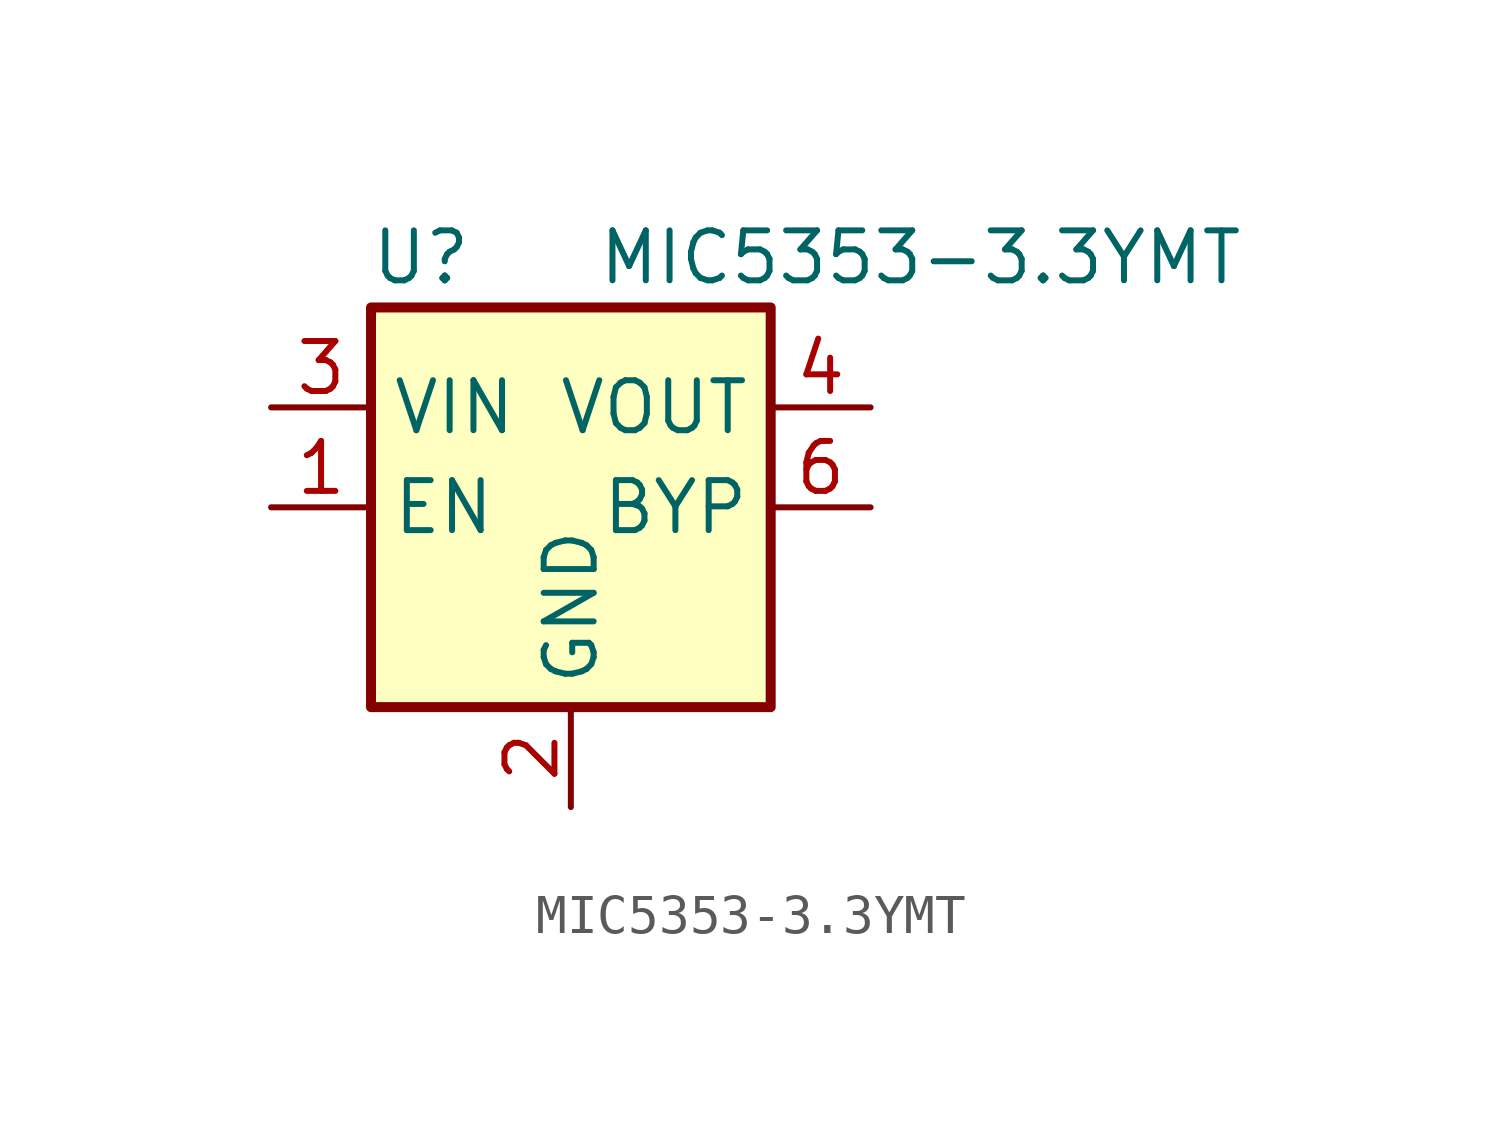
<source format=kicad_sym>
(kicad_symbol_lib
  (version 20220914)
  (generator kicad_symbol_editor)
  (symbol "MIC5353-3.3YMT"
    (property "Reference" "U"
      (at -3.81 6.35 0)
      (effects (font (size 1.27 1.27))))
    (property "Value" "MIC5353-3.3YMT"
      (at 8.89 6.35 0)
      (effects (font (size 1.27 1.27))))
    (symbol "MIC5353-3.3YMT_0_1"
      (rectangle (start -5.08 -5.08) (end 5.08 5.08) (stroke (width 0.254) (type default)) (fill (type background)))
      (pin input line (at -7.62 0 0) (length 2.54) (name "EN" (effects (font (size 1.27 1.27)))) (number "1" (effects (font (size 1.27 1.27)))))
      (pin power_in line (at 0 -7.62 90) (length 2.54) (name "GND" (effects (font (size 1.27 1.27)))) (number "2" (effects (font (size 1.27 1.27)))))
      (pin power_in line (at -7.62 2.54 0) (length 2.54) (name "VIN" (effects (font (size 1.27 1.27)))) (number "3" (effects (font (size 1.27 1.27)))))
      (pin power_out line (at 7.62 2.54 180) (length 2.54) (name "VOUT" (effects (font (size 1.27 1.27)))) (number "4" (effects (font (size 1.27 1.27)))))
      (pin no_connect line (at 5.08 -2.54 180) (length 2.54) hide (name "NC" (effects (font (size 1.27 1.27)))) (number "5" (effects (font (size 1.27 1.27)))))
      (pin passive line (at 7.62 0 180) (length 2.54) (name "BYP" (effects (font (size 1.27 1.27)))) (number "6" (effects (font (size 1.27 1.27)))))
      (pin passive line (at 0 -7.62 90) (length 2.54) hide (name "GND" (effects (font (size 1.27 1.27)))) (number "7" (effects (font (size 1.27 1.27))))))))
</source>
